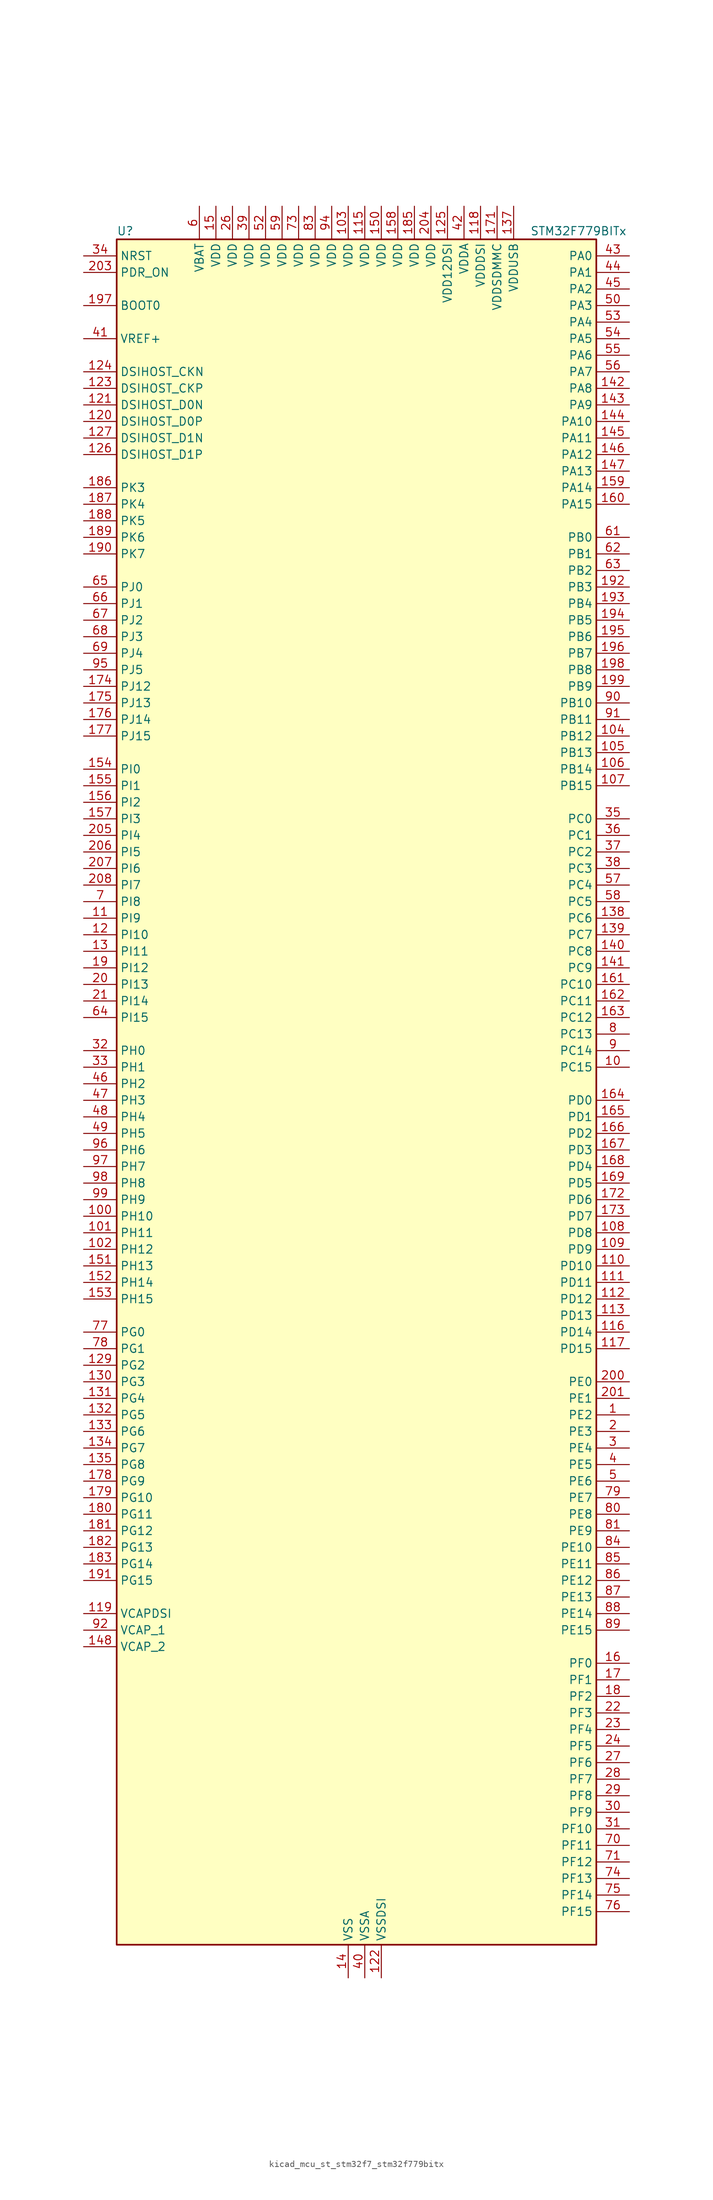
<source format=kicad_sym>
(kicad_symbol_lib
  (version 20220914)
  (generator kicad_symbol_editor)
  (symbol "kicad_mcu_st_stm32f7_stm32f779bitx"
    (property "Reference" "U"
      (at -35.56 133.35 0)
      (effects (font (size 1.27 1.27)) (justify left)))
    (property "Value" "STM32F779BITx"
      (at 27.94 133.35 0)
      (effects (font (size 1.27 1.27)) (justify left)))
    (property "ki_locked" ""
      (at 0 0 0)
      (effects (font (size 1.27 1.27))))
    (symbol "kicad_mcu_st_stm32f7_stm32f779bitx_0_1"
      (rectangle (start -35.56 -129.54) (end 38.1 132.08) (stroke (width 0.254) (type default)) (fill (type background))))
    (symbol "kicad_mcu_st_stm32f7_stm32f779bitx_1_1"
      (pin bidirectional line (at 43.18 -48.26 180) (length 5.08) (name "PE2" (effects (font (size 1.27 1.27)))) (number "1" (effects (font (size 1.27 1.27)))) (alternate "ETH_TXD3" bidirectional line) (alternate "FMC_A23" bidirectional line) (alternate "QUADSPI_BK1_IO2" bidirectional line) (alternate "SAI1_MCLK_A" bidirectional line) (alternate "SPI4_SCK" bidirectional line) (alternate "SYS_TRACECLK" bidirectional line))
      (pin bidirectional line (at 43.18 5.08 180) (length 5.08) (name "PC15" (effects (font (size 1.27 1.27)))) (number "10" (effects (font (size 1.27 1.27)))) (alternate "RCC_OSC32_OUT" bidirectional line))
      (pin bidirectional line (at -40.64 -17.78 0) (length 5.08) (name "PH10" (effects (font (size 1.27 1.27)))) (number "100" (effects (font (size 1.27 1.27)))) (alternate "DCMI_D1" bidirectional line) (alternate "FMC_D18" bidirectional line) (alternate "I2C4_SMBA" bidirectional line) (alternate "LTDC_R4" bidirectional line) (alternate "TIM5_CH1" bidirectional line))
      (pin bidirectional line (at -40.64 -20.32 0) (length 5.08) (name "PH11" (effects (font (size 1.27 1.27)))) (number "101" (effects (font (size 1.27 1.27)))) (alternate "ADC1_EXTI11" bidirectional line) (alternate "ADC2_EXTI11" bidirectional line) (alternate "ADC3_EXTI11" bidirectional line) (alternate "DCMI_D2" bidirectional line) (alternate "FMC_D19" bidirectional line) (alternate "I2C4_SCL" bidirectional line) (alternate "LTDC_R5" bidirectional line) (alternate "TIM5_CH2" bidirectional line))
      (pin bidirectional line (at -40.64 -22.86 0) (length 5.08) (name "PH12" (effects (font (size 1.27 1.27)))) (number "102" (effects (font (size 1.27 1.27)))) (alternate "DCMI_D3" bidirectional line) (alternate "FMC_D20" bidirectional line) (alternate "I2C4_SDA" bidirectional line) (alternate "LTDC_R6" bidirectional line) (alternate "TIM5_CH3" bidirectional line))
      (pin power_in line (at 0 137.16 270) (length 5.08) (name "VDD" (effects (font (size 1.27 1.27)))) (number "103" (effects (font (size 1.27 1.27)))))
      (pin bidirectional line (at 43.18 55.88 180) (length 5.08) (name "PB12" (effects (font (size 1.27 1.27)))) (number "104" (effects (font (size 1.27 1.27)))) (alternate "CAN2_RX" bidirectional line) (alternate "DFSDM1_DATIN1" bidirectional line) (alternate "ETH_TXD0" bidirectional line) (alternate "I2C2_SMBA" bidirectional line) (alternate "I2S2_WS" bidirectional line) (alternate "SPI2_NSS" bidirectional line) (alternate "TIM1_BKIN" bidirectional line) (alternate "UART5_RX" bidirectional line) (alternate "USART3_CK" bidirectional line) (alternate "USB_OTG_HS_ID" bidirectional line) (alternate "USB_OTG_HS_ULPI_D5" bidirectional line))
      (pin bidirectional line (at 43.18 53.34 180) (length 5.08) (name "PB13" (effects (font (size 1.27 1.27)))) (number "105" (effects (font (size 1.27 1.27)))) (alternate "CAN2_TX" bidirectional line) (alternate "DFSDM1_CKIN1" bidirectional line) (alternate "ETH_TXD1" bidirectional line) (alternate "I2S2_CK" bidirectional line) (alternate "SPI2_SCK" bidirectional line) (alternate "TIM1_CH1N" bidirectional line) (alternate "UART5_TX" bidirectional line) (alternate "USART3_CTS" bidirectional line) (alternate "USB_OTG_HS_ULPI_D6" bidirectional line) (alternate "USB_OTG_HS_VBUS" bidirectional line))
      (pin bidirectional line (at 43.18 50.8 180) (length 5.08) (name "PB14" (effects (font (size 1.27 1.27)))) (number "106" (effects (font (size 1.27 1.27)))) (alternate "DFSDM1_DATIN2" bidirectional line) (alternate "SDMMC2_D0" bidirectional line) (alternate "SPI2_MISO" bidirectional line) (alternate "TIM12_CH1" bidirectional line) (alternate "TIM1_CH2N" bidirectional line) (alternate "TIM8_CH2N" bidirectional line) (alternate "UART4_DE" bidirectional line) (alternate "UART4_RTS" bidirectional line) (alternate "USART1_TX" bidirectional line) (alternate "USART3_DE" bidirectional line) (alternate "USART3_RTS" bidirectional line) (alternate "USB_OTG_HS_DM" bidirectional line))
      (pin bidirectional line (at 43.18 48.26 180) (length 5.08) (name "PB15" (effects (font (size 1.27 1.27)))) (number "107" (effects (font (size 1.27 1.27)))) (alternate "DFSDM1_CKIN2" bidirectional line) (alternate "I2S2_SD" bidirectional line) (alternate "RTC_REFIN" bidirectional line) (alternate "SDMMC2_D1" bidirectional line) (alternate "SPI2_MOSI" bidirectional line) (alternate "TIM12_CH2" bidirectional line) (alternate "TIM1_CH3N" bidirectional line) (alternate "TIM8_CH3N" bidirectional line) (alternate "UART4_CTS" bidirectional line) (alternate "USART1_RX" bidirectional line) (alternate "USB_OTG_HS_DP" bidirectional line))
      (pin bidirectional line (at 43.18 -20.32 180) (length 5.08) (name "PD8" (effects (font (size 1.27 1.27)))) (number "108" (effects (font (size 1.27 1.27)))) (alternate "DFSDM1_CKIN3" bidirectional line) (alternate "FMC_D13" bidirectional line) (alternate "FMC_DA13" bidirectional line) (alternate "SPDIFRX_IN1" bidirectional line) (alternate "USART3_TX" bidirectional line))
      (pin bidirectional line (at 43.18 -22.86 180) (length 5.08) (name "PD9" (effects (font (size 1.27 1.27)))) (number "109" (effects (font (size 1.27 1.27)))) (alternate "DAC_EXTI9" bidirectional line) (alternate "DFSDM1_DATIN3" bidirectional line) (alternate "FMC_D14" bidirectional line) (alternate "FMC_DA14" bidirectional line) (alternate "USART3_RX" bidirectional line))
      (pin bidirectional line (at -40.64 27.94 0) (length 5.08) (name "PI9" (effects (font (size 1.27 1.27)))) (number "11" (effects (font (size 1.27 1.27)))) (alternate "CAN1_RX" bidirectional line) (alternate "DAC_EXTI9" bidirectional line) (alternate "FMC_D30" bidirectional line) (alternate "LTDC_VSYNC" bidirectional line) (alternate "UART4_RX" bidirectional line))
      (pin bidirectional line (at 43.18 -25.4 180) (length 5.08) (name "PD10" (effects (font (size 1.27 1.27)))) (number "110" (effects (font (size 1.27 1.27)))) (alternate "DFSDM1_CKOUT" bidirectional line) (alternate "FMC_D15" bidirectional line) (alternate "FMC_DA15" bidirectional line) (alternate "LTDC_B3" bidirectional line) (alternate "USART3_CK" bidirectional line))
      (pin bidirectional line (at 43.18 -27.94 180) (length 5.08) (name "PD11" (effects (font (size 1.27 1.27)))) (number "111" (effects (font (size 1.27 1.27)))) (alternate "ADC1_EXTI11" bidirectional line) (alternate "ADC2_EXTI11" bidirectional line) (alternate "ADC3_EXTI11" bidirectional line) (alternate "FMC_A16" bidirectional line) (alternate "FMC_CLE" bidirectional line) (alternate "I2C4_SMBA" bidirectional line) (alternate "QUADSPI_BK1_IO0" bidirectional line) (alternate "SAI2_SD_A" bidirectional line) (alternate "USART3_CTS" bidirectional line))
      (pin bidirectional line (at 43.18 -30.48 180) (length 5.08) (name "PD12" (effects (font (size 1.27 1.27)))) (number "112" (effects (font (size 1.27 1.27)))) (alternate "FMC_A17" bidirectional line) (alternate "FMC_ALE" bidirectional line) (alternate "I2C4_SCL" bidirectional line) (alternate "LPTIM1_IN1" bidirectional line) (alternate "QUADSPI_BK1_IO1" bidirectional line) (alternate "SAI2_FS_A" bidirectional line) (alternate "TIM4_CH1" bidirectional line) (alternate "USART3_DE" bidirectional line) (alternate "USART3_RTS" bidirectional line))
      (pin bidirectional line (at 43.18 -33.02 180) (length 5.08) (name "PD13" (effects (font (size 1.27 1.27)))) (number "113" (effects (font (size 1.27 1.27)))) (alternate "FMC_A18" bidirectional line) (alternate "I2C4_SDA" bidirectional line) (alternate "LPTIM1_OUT" bidirectional line) (alternate "QUADSPI_BK1_IO3" bidirectional line) (alternate "SAI2_SCK_A" bidirectional line) (alternate "TIM4_CH2" bidirectional line))
      (pin passive line (at 0 -134.62 90) (length 5.08) hide (name "VSS" (effects (font (size 1.27 1.27)))) (number "114" (effects (font (size 1.27 1.27)))))
      (pin power_in line (at 2.54 137.16 270) (length 5.08) (name "VDD" (effects (font (size 1.27 1.27)))) (number "115" (effects (font (size 1.27 1.27)))))
      (pin bidirectional line (at 43.18 -35.56 180) (length 5.08) (name "PD14" (effects (font (size 1.27 1.27)))) (number "116" (effects (font (size 1.27 1.27)))) (alternate "FMC_D0" bidirectional line) (alternate "FMC_DA0" bidirectional line) (alternate "TIM4_CH3" bidirectional line) (alternate "UART8_CTS" bidirectional line))
      (pin bidirectional line (at 43.18 -38.1 180) (length 5.08) (name "PD15" (effects (font (size 1.27 1.27)))) (number "117" (effects (font (size 1.27 1.27)))) (alternate "FMC_D1" bidirectional line) (alternate "FMC_DA1" bidirectional line) (alternate "TIM4_CH4" bidirectional line) (alternate "UART8_DE" bidirectional line) (alternate "UART8_RTS" bidirectional line))
      (pin power_in line (at 20.32 137.16 270) (length 5.08) (name "VDDDSI" (effects (font (size 1.27 1.27)))) (number "118" (effects (font (size 1.27 1.27)))))
      (pin power_out line (at -40.64 -78.74 0) (length 5.08) (name "VCAPDSI" (effects (font (size 1.27 1.27)))) (number "119" (effects (font (size 1.27 1.27)))))
      (pin bidirectional line (at -40.64 25.4 0) (length 5.08) (name "PI10" (effects (font (size 1.27 1.27)))) (number "12" (effects (font (size 1.27 1.27)))) (alternate "ETH_RX_ER" bidirectional line) (alternate "FMC_D31" bidirectional line) (alternate "LTDC_HSYNC" bidirectional line))
      (pin bidirectional line (at -40.64 104.14 0) (length 5.08) (name "DSIHOST_D0P" (effects (font (size 1.27 1.27)))) (number "120" (effects (font (size 1.27 1.27)))) (alternate "DSIHOST_D0P" bidirectional line))
      (pin bidirectional line (at -40.64 106.68 0) (length 5.08) (name "DSIHOST_D0N" (effects (font (size 1.27 1.27)))) (number "121" (effects (font (size 1.27 1.27)))) (alternate "DSIHOST_D0N" bidirectional line))
      (pin power_in line (at 5.08 -134.62 90) (length 5.08) (name "VSSDSI" (effects (font (size 1.27 1.27)))) (number "122" (effects (font (size 1.27 1.27)))))
      (pin bidirectional line (at -40.64 109.22 0) (length 5.08) (name "DSIHOST_CKP" (effects (font (size 1.27 1.27)))) (number "123" (effects (font (size 1.27 1.27)))) (alternate "DSIHOST_CKP" bidirectional line))
      (pin bidirectional line (at -40.64 111.76 0) (length 5.08) (name "DSIHOST_CKN" (effects (font (size 1.27 1.27)))) (number "124" (effects (font (size 1.27 1.27)))) (alternate "DSIHOST_CKN" bidirectional line))
      (pin power_in line (at 15.24 137.16 270) (length 5.08) (name "VDD12DSI" (effects (font (size 1.27 1.27)))) (number "125" (effects (font (size 1.27 1.27)))))
      (pin bidirectional line (at -40.64 99.06 0) (length 5.08) (name "DSIHOST_D1P" (effects (font (size 1.27 1.27)))) (number "126" (effects (font (size 1.27 1.27)))) (alternate "DSIHOST_D1P" bidirectional line))
      (pin bidirectional line (at -40.64 101.6 0) (length 5.08) (name "DSIHOST_D1N" (effects (font (size 1.27 1.27)))) (number "127" (effects (font (size 1.27 1.27)))) (alternate "DSIHOST_D1N" bidirectional line))
      (pin passive line (at 5.08 -134.62 90) (length 5.08) hide (name "VSSDSI" (effects (font (size 1.27 1.27)))) (number "128" (effects (font (size 1.27 1.27)))))
      (pin bidirectional line (at -40.64 -40.64 0) (length 5.08) (name "PG2" (effects (font (size 1.27 1.27)))) (number "129" (effects (font (size 1.27 1.27)))) (alternate "FMC_A12" bidirectional line))
      (pin bidirectional line (at -40.64 22.86 0) (length 5.08) (name "PI11" (effects (font (size 1.27 1.27)))) (number "13" (effects (font (size 1.27 1.27)))) (alternate "ADC1_EXTI11" bidirectional line) (alternate "ADC2_EXTI11" bidirectional line) (alternate "ADC3_EXTI11" bidirectional line) (alternate "LTDC_G6" bidirectional line) (alternate "SYS_WKUP6" bidirectional line) (alternate "USB_OTG_HS_ULPI_DIR" bidirectional line))
      (pin bidirectional line (at -40.64 -43.18 0) (length 5.08) (name "PG3" (effects (font (size 1.27 1.27)))) (number "130" (effects (font (size 1.27 1.27)))) (alternate "FMC_A13" bidirectional line))
      (pin bidirectional line (at -40.64 -45.72 0) (length 5.08) (name "PG4" (effects (font (size 1.27 1.27)))) (number "131" (effects (font (size 1.27 1.27)))) (alternate "FMC_A14" bidirectional line) (alternate "FMC_BA0" bidirectional line))
      (pin bidirectional line (at -40.64 -48.26 0) (length 5.08) (name "PG5" (effects (font (size 1.27 1.27)))) (number "132" (effects (font (size 1.27 1.27)))) (alternate "FMC_A15" bidirectional line) (alternate "FMC_BA1" bidirectional line))
      (pin bidirectional line (at -40.64 -50.8 0) (length 5.08) (name "PG6" (effects (font (size 1.27 1.27)))) (number "133" (effects (font (size 1.27 1.27)))) (alternate "DCMI_D12" bidirectional line) (alternate "FMC_NE3" bidirectional line) (alternate "LTDC_R7" bidirectional line))
      (pin bidirectional line (at -40.64 -53.34 0) (length 5.08) (name "PG7" (effects (font (size 1.27 1.27)))) (number "134" (effects (font (size 1.27 1.27)))) (alternate "DCMI_D13" bidirectional line) (alternate "FMC_INT" bidirectional line) (alternate "LTDC_CLK" bidirectional line) (alternate "SAI1_MCLK_A" bidirectional line) (alternate "USART6_CK" bidirectional line))
      (pin bidirectional line (at -40.64 -55.88 0) (length 5.08) (name "PG8" (effects (font (size 1.27 1.27)))) (number "135" (effects (font (size 1.27 1.27)))) (alternate "ETH_PPS_OUT" bidirectional line) (alternate "FMC_SDCLK" bidirectional line) (alternate "LTDC_G7" bidirectional line) (alternate "SPDIFRX_IN2" bidirectional line) (alternate "SPI6_NSS" bidirectional line) (alternate "USART6_DE" bidirectional line) (alternate "USART6_RTS" bidirectional line))
      (pin passive line (at 0 -134.62 90) (length 5.08) hide (name "VSS" (effects (font (size 1.27 1.27)))) (number "136" (effects (font (size 1.27 1.27)))))
      (pin power_in line (at 25.4 137.16 270) (length 5.08) (name "VDDUSB" (effects (font (size 1.27 1.27)))) (number "137" (effects (font (size 1.27 1.27)))))
      (pin bidirectional line (at 43.18 27.94 180) (length 5.08) (name "PC6" (effects (font (size 1.27 1.27)))) (number "138" (effects (font (size 1.27 1.27)))) (alternate "DCMI_D0" bidirectional line) (alternate "DFSDM1_CKIN3" bidirectional line) (alternate "FMC_NWAIT" bidirectional line) (alternate "I2S2_MCK" bidirectional line) (alternate "LTDC_HSYNC" bidirectional line) (alternate "SDMMC1_D6" bidirectional line) (alternate "SDMMC2_D6" bidirectional line) (alternate "TIM3_CH1" bidirectional line) (alternate "TIM8_CH1" bidirectional line) (alternate "USART6_TX" bidirectional line))
      (pin bidirectional line (at 43.18 25.4 180) (length 5.08) (name "PC7" (effects (font (size 1.27 1.27)))) (number "139" (effects (font (size 1.27 1.27)))) (alternate "DCMI_D1" bidirectional line) (alternate "DFSDM1_DATIN3" bidirectional line) (alternate "FMC_NE1" bidirectional line) (alternate "I2S3_MCK" bidirectional line) (alternate "LTDC_G6" bidirectional line) (alternate "SDMMC1_D7" bidirectional line) (alternate "SDMMC2_D7" bidirectional line) (alternate "TIM3_CH2" bidirectional line) (alternate "TIM8_CH2" bidirectional line) (alternate "USART6_RX" bidirectional line))
      (pin power_in line (at 0 -134.62 90) (length 5.08) (name "VSS" (effects (font (size 1.27 1.27)))) (number "14" (effects (font (size 1.27 1.27)))))
      (pin bidirectional line (at 43.18 22.86 180) (length 5.08) (name "PC8" (effects (font (size 1.27 1.27)))) (number "140" (effects (font (size 1.27 1.27)))) (alternate "DCMI_D2" bidirectional line) (alternate "FMC_NCE" bidirectional line) (alternate "FMC_NE2" bidirectional line) (alternate "SDMMC1_D0" bidirectional line) (alternate "SYS_TRACED1" bidirectional line) (alternate "TIM3_CH3" bidirectional line) (alternate "TIM8_CH3" bidirectional line) (alternate "UART5_DE" bidirectional line) (alternate "UART5_RTS" bidirectional line) (alternate "USART6_CK" bidirectional line))
      (pin bidirectional line (at 43.18 20.32 180) (length 5.08) (name "PC9" (effects (font (size 1.27 1.27)))) (number "141" (effects (font (size 1.27 1.27)))) (alternate "DAC_EXTI9" bidirectional line) (alternate "DCMI_D3" bidirectional line) (alternate "I2C3_SDA" bidirectional line) (alternate "I2S_CKIN" bidirectional line) (alternate "LTDC_B2" bidirectional line) (alternate "LTDC_G3" bidirectional line) (alternate "QUADSPI_BK1_IO0" bidirectional line) (alternate "RCC_MCO_2" bidirectional line) (alternate "SDMMC1_D1" bidirectional line) (alternate "TIM3_CH4" bidirectional line) (alternate "TIM8_CH4" bidirectional line) (alternate "UART5_CTS" bidirectional line))
      (pin bidirectional line (at 43.18 109.22 180) (length 5.08) (name "PA8" (effects (font (size 1.27 1.27)))) (number "142" (effects (font (size 1.27 1.27)))) (alternate "CAN3_RX" bidirectional line) (alternate "I2C3_SCL" bidirectional line) (alternate "LTDC_B3" bidirectional line) (alternate "LTDC_R6" bidirectional line) (alternate "RCC_MCO_1" bidirectional line) (alternate "TIM1_CH1" bidirectional line) (alternate "TIM8_BKIN2" bidirectional line) (alternate "UART7_RX" bidirectional line) (alternate "USART1_CK" bidirectional line) (alternate "USB_OTG_FS_SOF" bidirectional line))
      (pin bidirectional line (at 43.18 106.68 180) (length 5.08) (name "PA9" (effects (font (size 1.27 1.27)))) (number "143" (effects (font (size 1.27 1.27)))) (alternate "DAC_EXTI9" bidirectional line) (alternate "DCMI_D0" bidirectional line) (alternate "I2C3_SMBA" bidirectional line) (alternate "I2S2_CK" bidirectional line) (alternate "LTDC_R5" bidirectional line) (alternate "SPI2_SCK" bidirectional line) (alternate "TIM1_CH2" bidirectional line) (alternate "USART1_TX" bidirectional line) (alternate "USB_OTG_FS_VBUS" bidirectional line))
      (pin bidirectional line (at 43.18 104.14 180) (length 5.08) (name "PA10" (effects (font (size 1.27 1.27)))) (number "144" (effects (font (size 1.27 1.27)))) (alternate "DCMI_D1" bidirectional line) (alternate "LTDC_B1" bidirectional line) (alternate "LTDC_B4" bidirectional line) (alternate "MDIOS_MDIO" bidirectional line) (alternate "TIM1_CH3" bidirectional line) (alternate "USART1_RX" bidirectional line) (alternate "USB_OTG_FS_ID" bidirectional line))
      (pin bidirectional line (at 43.18 101.6 180) (length 5.08) (name "PA11" (effects (font (size 1.27 1.27)))) (number "145" (effects (font (size 1.27 1.27)))) (alternate "ADC1_EXTI11" bidirectional line) (alternate "ADC2_EXTI11" bidirectional line) (alternate "ADC3_EXTI11" bidirectional line) (alternate "CAN1_RX" bidirectional line) (alternate "I2S2_WS" bidirectional line) (alternate "LTDC_R4" bidirectional line) (alternate "SPI2_NSS" bidirectional line) (alternate "TIM1_CH4" bidirectional line) (alternate "UART4_RX" bidirectional line) (alternate "USART1_CTS" bidirectional line) (alternate "USB_OTG_FS_DM" bidirectional line))
      (pin bidirectional line (at 43.18 99.06 180) (length 5.08) (name "PA12" (effects (font (size 1.27 1.27)))) (number "146" (effects (font (size 1.27 1.27)))) (alternate "CAN1_TX" bidirectional line) (alternate "I2S2_CK" bidirectional line) (alternate "LTDC_R5" bidirectional line) (alternate "SAI2_FS_B" bidirectional line) (alternate "SPI2_SCK" bidirectional line) (alternate "TIM1_ETR" bidirectional line) (alternate "UART4_TX" bidirectional line) (alternate "USART1_DE" bidirectional line) (alternate "USART1_RTS" bidirectional line) (alternate "USB_OTG_FS_DP" bidirectional line))
      (pin bidirectional line (at 43.18 96.52 180) (length 5.08) (name "PA13" (effects (font (size 1.27 1.27)))) (number "147" (effects (font (size 1.27 1.27)))) (alternate "SYS_JTMS-SWDIO" bidirectional line))
      (pin power_out line (at -40.64 -83.82 0) (length 5.08) (name "VCAP_2" (effects (font (size 1.27 1.27)))) (number "148" (effects (font (size 1.27 1.27)))))
      (pin passive line (at 0 -134.62 90) (length 5.08) hide (name "VSS" (effects (font (size 1.27 1.27)))) (number "149" (effects (font (size 1.27 1.27)))))
      (pin power_in line (at -20.32 137.16 270) (length 5.08) (name "VDD" (effects (font (size 1.27 1.27)))) (number "15" (effects (font (size 1.27 1.27)))))
      (pin power_in line (at 5.08 137.16 270) (length 5.08) (name "VDD" (effects (font (size 1.27 1.27)))) (number "150" (effects (font (size 1.27 1.27)))))
      (pin bidirectional line (at -40.64 -25.4 0) (length 5.08) (name "PH13" (effects (font (size 1.27 1.27)))) (number "151" (effects (font (size 1.27 1.27)))) (alternate "CAN1_TX" bidirectional line) (alternate "FMC_D21" bidirectional line) (alternate "LTDC_G2" bidirectional line) (alternate "TIM8_CH1N" bidirectional line) (alternate "UART4_TX" bidirectional line))
      (pin bidirectional line (at -40.64 -27.94 0) (length 5.08) (name "PH14" (effects (font (size 1.27 1.27)))) (number "152" (effects (font (size 1.27 1.27)))) (alternate "CAN1_RX" bidirectional line) (alternate "DCMI_D4" bidirectional line) (alternate "FMC_D22" bidirectional line) (alternate "LTDC_G3" bidirectional line) (alternate "TIM8_CH2N" bidirectional line) (alternate "UART4_RX" bidirectional line))
      (pin bidirectional line (at -40.64 -30.48 0) (length 5.08) (name "PH15" (effects (font (size 1.27 1.27)))) (number "153" (effects (font (size 1.27 1.27)))) (alternate "DCMI_D11" bidirectional line) (alternate "FMC_D23" bidirectional line) (alternate "LTDC_G4" bidirectional line) (alternate "TIM8_CH3N" bidirectional line))
      (pin bidirectional line (at -40.64 50.8 0) (length 5.08) (name "PI0" (effects (font (size 1.27 1.27)))) (number "154" (effects (font (size 1.27 1.27)))) (alternate "DCMI_D13" bidirectional line) (alternate "FMC_D24" bidirectional line) (alternate "I2S2_WS" bidirectional line) (alternate "LTDC_G5" bidirectional line) (alternate "SPI2_NSS" bidirectional line) (alternate "TIM5_CH4" bidirectional line))
      (pin bidirectional line (at -40.64 48.26 0) (length 5.08) (name "PI1" (effects (font (size 1.27 1.27)))) (number "155" (effects (font (size 1.27 1.27)))) (alternate "DCMI_D8" bidirectional line) (alternate "FMC_D25" bidirectional line) (alternate "I2S2_CK" bidirectional line) (alternate "LTDC_G6" bidirectional line) (alternate "SPI2_SCK" bidirectional line) (alternate "TIM8_BKIN2" bidirectional line))
      (pin bidirectional line (at -40.64 45.72 0) (length 5.08) (name "PI2" (effects (font (size 1.27 1.27)))) (number "156" (effects (font (size 1.27 1.27)))) (alternate "DCMI_D9" bidirectional line) (alternate "FMC_D26" bidirectional line) (alternate "LTDC_G7" bidirectional line) (alternate "SPI2_MISO" bidirectional line) (alternate "TIM8_CH4" bidirectional line))
      (pin bidirectional line (at -40.64 43.18 0) (length 5.08) (name "PI3" (effects (font (size 1.27 1.27)))) (number "157" (effects (font (size 1.27 1.27)))) (alternate "DCMI_D10" bidirectional line) (alternate "FMC_D27" bidirectional line) (alternate "I2S2_SD" bidirectional line) (alternate "SPI2_MOSI" bidirectional line) (alternate "TIM8_ETR" bidirectional line))
      (pin power_in line (at 7.62 137.16 270) (length 5.08) (name "VDD" (effects (font (size 1.27 1.27)))) (number "158" (effects (font (size 1.27 1.27)))))
      (pin bidirectional line (at 43.18 93.98 180) (length 5.08) (name "PA14" (effects (font (size 1.27 1.27)))) (number "159" (effects (font (size 1.27 1.27)))) (alternate "SYS_JTCK-SWCLK" bidirectional line))
      (pin bidirectional line (at 43.18 -86.36 180) (length 5.08) (name "PF0" (effects (font (size 1.27 1.27)))) (number "16" (effects (font (size 1.27 1.27)))) (alternate "FMC_A0" bidirectional line) (alternate "I2C2_SDA" bidirectional line))
      (pin bidirectional line (at 43.18 91.44 180) (length 5.08) (name "PA15" (effects (font (size 1.27 1.27)))) (number "160" (effects (font (size 1.27 1.27)))) (alternate "CAN3_TX" bidirectional line) (alternate "CEC" bidirectional line) (alternate "I2S1_WS" bidirectional line) (alternate "I2S3_WS" bidirectional line) (alternate "SPI1_NSS" bidirectional line) (alternate "SPI3_NSS" bidirectional line) (alternate "SPI6_NSS" bidirectional line) (alternate "SYS_JTDI" bidirectional line) (alternate "TIM2_CH1" bidirectional line) (alternate "TIM2_ETR" bidirectional line) (alternate "UART4_DE" bidirectional line) (alternate "UART4_RTS" bidirectional line) (alternate "UART7_TX" bidirectional line))
      (pin bidirectional line (at 43.18 17.78 180) (length 5.08) (name "PC10" (effects (font (size 1.27 1.27)))) (number "161" (effects (font (size 1.27 1.27)))) (alternate "DCMI_D8" bidirectional line) (alternate "DFSDM1_CKIN5" bidirectional line) (alternate "I2S3_CK" bidirectional line) (alternate "LTDC_R2" bidirectional line) (alternate "QUADSPI_BK1_IO1" bidirectional line) (alternate "SDMMC1_D2" bidirectional line) (alternate "SPI3_SCK" bidirectional line) (alternate "UART4_TX" bidirectional line) (alternate "USART3_TX" bidirectional line))
      (pin bidirectional line (at 43.18 15.24 180) (length 5.08) (name "PC11" (effects (font (size 1.27 1.27)))) (number "162" (effects (font (size 1.27 1.27)))) (alternate "ADC1_EXTI11" bidirectional line) (alternate "ADC2_EXTI11" bidirectional line) (alternate "ADC3_EXTI11" bidirectional line) (alternate "DCMI_D4" bidirectional line) (alternate "DFSDM1_DATIN5" bidirectional line) (alternate "QUADSPI_BK2_NCS" bidirectional line) (alternate "SDMMC1_D3" bidirectional line) (alternate "SPI3_MISO" bidirectional line) (alternate "UART4_RX" bidirectional line) (alternate "USART3_RX" bidirectional line))
      (pin bidirectional line (at 43.18 12.7 180) (length 5.08) (name "PC12" (effects (font (size 1.27 1.27)))) (number "163" (effects (font (size 1.27 1.27)))) (alternate "DCMI_D9" bidirectional line) (alternate "I2S3_SD" bidirectional line) (alternate "SDMMC1_CK" bidirectional line) (alternate "SPI3_MOSI" bidirectional line) (alternate "SYS_TRACED3" bidirectional line) (alternate "UART5_TX" bidirectional line) (alternate "USART3_CK" bidirectional line))
      (pin bidirectional line (at 43.18 0 180) (length 5.08) (name "PD0" (effects (font (size 1.27 1.27)))) (number "164" (effects (font (size 1.27 1.27)))) (alternate "CAN1_RX" bidirectional line) (alternate "DFSDM1_CKIN6" bidirectional line) (alternate "DFSDM1_DATIN7" bidirectional line) (alternate "FMC_D2" bidirectional line) (alternate "FMC_DA2" bidirectional line) (alternate "UART4_RX" bidirectional line))
      (pin bidirectional line (at 43.18 -2.54 180) (length 5.08) (name "PD1" (effects (font (size 1.27 1.27)))) (number "165" (effects (font (size 1.27 1.27)))) (alternate "CAN1_TX" bidirectional line) (alternate "DFSDM1_CKIN7" bidirectional line) (alternate "DFSDM1_DATIN6" bidirectional line) (alternate "FMC_D3" bidirectional line) (alternate "FMC_DA3" bidirectional line) (alternate "UART4_TX" bidirectional line))
      (pin bidirectional line (at 43.18 -5.08 180) (length 5.08) (name "PD2" (effects (font (size 1.27 1.27)))) (number "166" (effects (font (size 1.27 1.27)))) (alternate "DCMI_D11" bidirectional line) (alternate "SDMMC1_CMD" bidirectional line) (alternate "SYS_TRACED2" bidirectional line) (alternate "TIM3_ETR" bidirectional line) (alternate "UART5_RX" bidirectional line))
      (pin bidirectional line (at 43.18 -7.62 180) (length 5.08) (name "PD3" (effects (font (size 1.27 1.27)))) (number "167" (effects (font (size 1.27 1.27)))) (alternate "DCMI_D5" bidirectional line) (alternate "DFSDM1_CKOUT" bidirectional line) (alternate "DFSDM1_DATIN0" bidirectional line) (alternate "FMC_CLK" bidirectional line) (alternate "I2S2_CK" bidirectional line) (alternate "LTDC_G7" bidirectional line) (alternate "SPI2_SCK" bidirectional line) (alternate "USART2_CTS" bidirectional line))
      (pin bidirectional line (at 43.18 -10.16 180) (length 5.08) (name "PD4" (effects (font (size 1.27 1.27)))) (number "168" (effects (font (size 1.27 1.27)))) (alternate "DFSDM1_CKIN0" bidirectional line) (alternate "FMC_NOE" bidirectional line) (alternate "USART2_DE" bidirectional line) (alternate "USART2_RTS" bidirectional line))
      (pin bidirectional line (at 43.18 -12.7 180) (length 5.08) (name "PD5" (effects (font (size 1.27 1.27)))) (number "169" (effects (font (size 1.27 1.27)))) (alternate "FMC_NWE" bidirectional line) (alternate "USART2_TX" bidirectional line))
      (pin bidirectional line (at 43.18 -88.9 180) (length 5.08) (name "PF1" (effects (font (size 1.27 1.27)))) (number "17" (effects (font (size 1.27 1.27)))) (alternate "FMC_A1" bidirectional line) (alternate "I2C2_SCL" bidirectional line))
      (pin passive line (at 0 -134.62 90) (length 5.08) hide (name "VSS" (effects (font (size 1.27 1.27)))) (number "170" (effects (font (size 1.27 1.27)))))
      (pin power_in line (at 22.86 137.16 270) (length 5.08) (name "VDDSDMMC" (effects (font (size 1.27 1.27)))) (number "171" (effects (font (size 1.27 1.27)))))
      (pin bidirectional line (at 43.18 -15.24 180) (length 5.08) (name "PD6" (effects (font (size 1.27 1.27)))) (number "172" (effects (font (size 1.27 1.27)))) (alternate "DCMI_D10" bidirectional line) (alternate "DFSDM1_CKIN4" bidirectional line) (alternate "DFSDM1_DATIN1" bidirectional line) (alternate "FMC_NWAIT" bidirectional line) (alternate "I2S3_SD" bidirectional line) (alternate "LTDC_B2" bidirectional line) (alternate "SAI1_SD_A" bidirectional line) (alternate "SDMMC2_CK" bidirectional line) (alternate "SPI3_MOSI" bidirectional line) (alternate "USART2_RX" bidirectional line))
      (pin bidirectional line (at 43.18 -17.78 180) (length 5.08) (name "PD7" (effects (font (size 1.27 1.27)))) (number "173" (effects (font (size 1.27 1.27)))) (alternate "DFSDM1_CKIN1" bidirectional line) (alternate "DFSDM1_DATIN4" bidirectional line) (alternate "FMC_NE1" bidirectional line) (alternate "I2S1_SD" bidirectional line) (alternate "SDMMC2_CMD" bidirectional line) (alternate "SPDIFRX_IN0" bidirectional line) (alternate "SPI1_MOSI" bidirectional line) (alternate "USART2_CK" bidirectional line))
      (pin bidirectional line (at -40.64 63.5 0) (length 5.08) (name "PJ12" (effects (font (size 1.27 1.27)))) (number "174" (effects (font (size 1.27 1.27)))) (alternate "LTDC_B0" bidirectional line) (alternate "LTDC_G3" bidirectional line))
      (pin bidirectional line (at -40.64 60.96 0) (length 5.08) (name "PJ13" (effects (font (size 1.27 1.27)))) (number "175" (effects (font (size 1.27 1.27)))) (alternate "LTDC_B1" bidirectional line) (alternate "LTDC_G4" bidirectional line))
      (pin bidirectional line (at -40.64 58.42 0) (length 5.08) (name "PJ14" (effects (font (size 1.27 1.27)))) (number "176" (effects (font (size 1.27 1.27)))) (alternate "LTDC_B2" bidirectional line))
      (pin bidirectional line (at -40.64 55.88 0) (length 5.08) (name "PJ15" (effects (font (size 1.27 1.27)))) (number "177" (effects (font (size 1.27 1.27)))) (alternate "LTDC_B3" bidirectional line))
      (pin bidirectional line (at -40.64 -58.42 0) (length 5.08) (name "PG9" (effects (font (size 1.27 1.27)))) (number "178" (effects (font (size 1.27 1.27)))) (alternate "DAC_EXTI9" bidirectional line) (alternate "DCMI_VSYNC" bidirectional line) (alternate "FMC_NCE" bidirectional line) (alternate "FMC_NE2" bidirectional line) (alternate "QUADSPI_BK2_IO2" bidirectional line) (alternate "SAI2_FS_B" bidirectional line) (alternate "SDMMC2_D0" bidirectional line) (alternate "SPDIFRX_IN3" bidirectional line) (alternate "SPI1_MISO" bidirectional line) (alternate "USART6_RX" bidirectional line))
      (pin bidirectional line (at -40.64 -60.96 0) (length 5.08) (name "PG10" (effects (font (size 1.27 1.27)))) (number "179" (effects (font (size 1.27 1.27)))) (alternate "DCMI_D2" bidirectional line) (alternate "FMC_NE3" bidirectional line) (alternate "I2S1_WS" bidirectional line) (alternate "LTDC_B2" bidirectional line) (alternate "LTDC_G3" bidirectional line) (alternate "SAI2_SD_B" bidirectional line) (alternate "SDMMC2_D1" bidirectional line) (alternate "SPI1_NSS" bidirectional line))
      (pin bidirectional line (at 43.18 -91.44 180) (length 5.08) (name "PF2" (effects (font (size 1.27 1.27)))) (number "18" (effects (font (size 1.27 1.27)))) (alternate "FMC_A2" bidirectional line) (alternate "I2C2_SMBA" bidirectional line))
      (pin bidirectional line (at -40.64 -63.5 0) (length 5.08) (name "PG11" (effects (font (size 1.27 1.27)))) (number "180" (effects (font (size 1.27 1.27)))) (alternate "ADC1_EXTI11" bidirectional line) (alternate "ADC2_EXTI11" bidirectional line) (alternate "ADC3_EXTI11" bidirectional line) (alternate "DCMI_D3" bidirectional line) (alternate "ETH_TX_EN" bidirectional line) (alternate "I2S1_CK" bidirectional line) (alternate "LTDC_B3" bidirectional line) (alternate "SDMMC2_D2" bidirectional line) (alternate "SPDIFRX_IN0" bidirectional line) (alternate "SPI1_SCK" bidirectional line))
      (pin bidirectional line (at -40.64 -66.04 0) (length 5.08) (name "PG12" (effects (font (size 1.27 1.27)))) (number "181" (effects (font (size 1.27 1.27)))) (alternate "FMC_NE4" bidirectional line) (alternate "LPTIM1_IN1" bidirectional line) (alternate "LTDC_B1" bidirectional line) (alternate "LTDC_B4" bidirectional line) (alternate "SDMMC2_D3" bidirectional line) (alternate "SPDIFRX_IN1" bidirectional line) (alternate "SPI6_MISO" bidirectional line) (alternate "USART6_DE" bidirectional line) (alternate "USART6_RTS" bidirectional line))
      (pin bidirectional line (at -40.64 -68.58 0) (length 5.08) (name "PG13" (effects (font (size 1.27 1.27)))) (number "182" (effects (font (size 1.27 1.27)))) (alternate "ETH_TXD0" bidirectional line) (alternate "FMC_A24" bidirectional line) (alternate "LPTIM1_OUT" bidirectional line) (alternate "LTDC_R0" bidirectional line) (alternate "SPI6_SCK" bidirectional line) (alternate "SYS_TRACED0" bidirectional line) (alternate "USART6_CTS" bidirectional line))
      (pin bidirectional line (at -40.64 -71.12 0) (length 5.08) (name "PG14" (effects (font (size 1.27 1.27)))) (number "183" (effects (font (size 1.27 1.27)))) (alternate "ETH_TXD1" bidirectional line) (alternate "FMC_A25" bidirectional line) (alternate "LPTIM1_ETR" bidirectional line) (alternate "LTDC_B0" bidirectional line) (alternate "QUADSPI_BK2_IO3" bidirectional line) (alternate "SPI6_MOSI" bidirectional line) (alternate "SYS_TRACED1" bidirectional line) (alternate "USART6_TX" bidirectional line))
      (pin passive line (at 0 -134.62 90) (length 5.08) hide (name "VSS" (effects (font (size 1.27 1.27)))) (number "184" (effects (font (size 1.27 1.27)))))
      (pin power_in line (at 10.16 137.16 270) (length 5.08) (name "VDD" (effects (font (size 1.27 1.27)))) (number "185" (effects (font (size 1.27 1.27)))))
      (pin bidirectional line (at -40.64 93.98 0) (length 5.08) (name "PK3" (effects (font (size 1.27 1.27)))) (number "186" (effects (font (size 1.27 1.27)))) (alternate "LTDC_B4" bidirectional line))
      (pin bidirectional line (at -40.64 91.44 0) (length 5.08) (name "PK4" (effects (font (size 1.27 1.27)))) (number "187" (effects (font (size 1.27 1.27)))) (alternate "LTDC_B5" bidirectional line))
      (pin bidirectional line (at -40.64 88.9 0) (length 5.08) (name "PK5" (effects (font (size 1.27 1.27)))) (number "188" (effects (font (size 1.27 1.27)))) (alternate "LTDC_B6" bidirectional line))
      (pin bidirectional line (at -40.64 86.36 0) (length 5.08) (name "PK6" (effects (font (size 1.27 1.27)))) (number "189" (effects (font (size 1.27 1.27)))) (alternate "LTDC_B7" bidirectional line))
      (pin bidirectional line (at -40.64 20.32 0) (length 5.08) (name "PI12" (effects (font (size 1.27 1.27)))) (number "19" (effects (font (size 1.27 1.27)))) (alternate "LTDC_HSYNC" bidirectional line))
      (pin bidirectional line (at -40.64 83.82 0) (length 5.08) (name "PK7" (effects (font (size 1.27 1.27)))) (number "190" (effects (font (size 1.27 1.27)))) (alternate "LTDC_DE" bidirectional line))
      (pin bidirectional line (at -40.64 -73.66 0) (length 5.08) (name "PG15" (effects (font (size 1.27 1.27)))) (number "191" (effects (font (size 1.27 1.27)))) (alternate "DCMI_D13" bidirectional line) (alternate "FMC_SDNCAS" bidirectional line) (alternate "USART6_CTS" bidirectional line))
      (pin bidirectional line (at 43.18 78.74 180) (length 5.08) (name "PB3" (effects (font (size 1.27 1.27)))) (number "192" (effects (font (size 1.27 1.27)))) (alternate "CAN3_RX" bidirectional line) (alternate "I2S1_CK" bidirectional line) (alternate "I2S3_CK" bidirectional line) (alternate "SDMMC2_D2" bidirectional line) (alternate "SPI1_SCK" bidirectional line) (alternate "SPI3_SCK" bidirectional line) (alternate "SPI6_SCK" bidirectional line) (alternate "SYS_JTDO-SWO" bidirectional line) (alternate "TIM2_CH2" bidirectional line) (alternate "UART7_RX" bidirectional line))
      (pin bidirectional line (at 43.18 76.2 180) (length 5.08) (name "PB4" (effects (font (size 1.27 1.27)))) (number "193" (effects (font (size 1.27 1.27)))) (alternate "CAN3_TX" bidirectional line) (alternate "I2S2_WS" bidirectional line) (alternate "SDMMC2_D3" bidirectional line) (alternate "SPI1_MISO" bidirectional line) (alternate "SPI2_NSS" bidirectional line) (alternate "SPI3_MISO" bidirectional line) (alternate "SPI6_MISO" bidirectional line) (alternate "SYS_JTRST" bidirectional line) (alternate "TIM3_CH1" bidirectional line) (alternate "UART7_TX" bidirectional line))
      (pin bidirectional line (at 43.18 73.66 180) (length 5.08) (name "PB5" (effects (font (size 1.27 1.27)))) (number "194" (effects (font (size 1.27 1.27)))) (alternate "CAN2_RX" bidirectional line) (alternate "DCMI_D10" bidirectional line) (alternate "ETH_PPS_OUT" bidirectional line) (alternate "FMC_SDCKE1" bidirectional line) (alternate "I2C1_SMBA" bidirectional line) (alternate "I2S1_SD" bidirectional line) (alternate "I2S3_SD" bidirectional line) (alternate "LTDC_G7" bidirectional line) (alternate "SPI1_MOSI" bidirectional line) (alternate "SPI3_MOSI" bidirectional line) (alternate "SPI6_MOSI" bidirectional line) (alternate "TIM3_CH2" bidirectional line) (alternate "UART5_RX" bidirectional line) (alternate "USB_OTG_HS_ULPI_D7" bidirectional line))
      (pin bidirectional line (at 43.18 71.12 180) (length 5.08) (name "PB6" (effects (font (size 1.27 1.27)))) (number "195" (effects (font (size 1.27 1.27)))) (alternate "CAN2_TX" bidirectional line) (alternate "CEC" bidirectional line) (alternate "DCMI_D5" bidirectional line) (alternate "DFSDM1_DATIN5" bidirectional line) (alternate "FMC_SDNE1" bidirectional line) (alternate "I2C1_SCL" bidirectional line) (alternate "I2C4_SCL" bidirectional line) (alternate "QUADSPI_BK1_NCS" bidirectional line) (alternate "TIM4_CH1" bidirectional line) (alternate "UART5_TX" bidirectional line) (alternate "USART1_TX" bidirectional line))
      (pin bidirectional line (at 43.18 68.58 180) (length 5.08) (name "PB7" (effects (font (size 1.27 1.27)))) (number "196" (effects (font (size 1.27 1.27)))) (alternate "DCMI_VSYNC" bidirectional line) (alternate "DFSDM1_CKIN5" bidirectional line) (alternate "FMC_NL" bidirectional line) (alternate "I2C1_SDA" bidirectional line) (alternate "I2C4_SDA" bidirectional line) (alternate "TIM4_CH2" bidirectional line) (alternate "USART1_RX" bidirectional line))
      (pin input line (at -40.64 121.92 0) (length 5.08) (name "BOOT0" (effects (font (size 1.27 1.27)))) (number "197" (effects (font (size 1.27 1.27)))))
      (pin bidirectional line (at 43.18 66.04 180) (length 5.08) (name "PB8" (effects (font (size 1.27 1.27)))) (number "198" (effects (font (size 1.27 1.27)))) (alternate "CAN1_RX" bidirectional line) (alternate "DCMI_D6" bidirectional line) (alternate "DFSDM1_CKIN7" bidirectional line) (alternate "ETH_TXD3" bidirectional line) (alternate "I2C1_SCL" bidirectional line) (alternate "I2C4_SCL" bidirectional line) (alternate "LTDC_B6" bidirectional line) (alternate "SDMMC1_D4" bidirectional line) (alternate "SDMMC2_D4" bidirectional line) (alternate "TIM10_CH1" bidirectional line) (alternate "TIM4_CH3" bidirectional line) (alternate "UART5_RX" bidirectional line))
      (pin bidirectional line (at 43.18 63.5 180) (length 5.08) (name "PB9" (effects (font (size 1.27 1.27)))) (number "199" (effects (font (size 1.27 1.27)))) (alternate "CAN1_TX" bidirectional line) (alternate "DAC_EXTI9" bidirectional line) (alternate "DCMI_D7" bidirectional line) (alternate "DFSDM1_DATIN7" bidirectional line) (alternate "I2C1_SDA" bidirectional line) (alternate "I2C4_SDA" bidirectional line) (alternate "I2C4_SMBA" bidirectional line) (alternate "I2S2_WS" bidirectional line) (alternate "LTDC_B7" bidirectional line) (alternate "SDMMC1_D5" bidirectional line) (alternate "SDMMC2_D5" bidirectional line) (alternate "SPI2_NSS" bidirectional line) (alternate "TIM11_CH1" bidirectional line) (alternate "TIM4_CH4" bidirectional line) (alternate "UART5_TX" bidirectional line))
      (pin bidirectional line (at 43.18 -50.8 180) (length 5.08) (name "PE3" (effects (font (size 1.27 1.27)))) (number "2" (effects (font (size 1.27 1.27)))) (alternate "FMC_A19" bidirectional line) (alternate "SAI1_SD_B" bidirectional line) (alternate "SYS_TRACED0" bidirectional line))
      (pin bidirectional line (at -40.64 17.78 0) (length 5.08) (name "PI13" (effects (font (size 1.27 1.27)))) (number "20" (effects (font (size 1.27 1.27)))) (alternate "LTDC_VSYNC" bidirectional line))
      (pin bidirectional line (at 43.18 -43.18 180) (length 5.08) (name "PE0" (effects (font (size 1.27 1.27)))) (number "200" (effects (font (size 1.27 1.27)))) (alternate "DCMI_D2" bidirectional line) (alternate "FMC_NBL0" bidirectional line) (alternate "LPTIM1_ETR" bidirectional line) (alternate "SAI2_MCLK_A" bidirectional line) (alternate "TIM4_ETR" bidirectional line) (alternate "UART8_RX" bidirectional line))
      (pin bidirectional line (at 43.18 -45.72 180) (length 5.08) (name "PE1" (effects (font (size 1.27 1.27)))) (number "201" (effects (font (size 1.27 1.27)))) (alternate "DCMI_D3" bidirectional line) (alternate "FMC_NBL1" bidirectional line) (alternate "LPTIM1_IN2" bidirectional line) (alternate "UART8_TX" bidirectional line))
      (pin passive line (at 0 -134.62 90) (length 5.08) hide (name "VSS" (effects (font (size 1.27 1.27)))) (number "202" (effects (font (size 1.27 1.27)))))
      (pin input line (at -40.64 127 0) (length 5.08) (name "PDR_ON" (effects (font (size 1.27 1.27)))) (number "203" (effects (font (size 1.27 1.27)))))
      (pin power_in line (at 12.7 137.16 270) (length 5.08) (name "VDD" (effects (font (size 1.27 1.27)))) (number "204" (effects (font (size 1.27 1.27)))))
      (pin bidirectional line (at -40.64 40.64 0) (length 5.08) (name "PI4" (effects (font (size 1.27 1.27)))) (number "205" (effects (font (size 1.27 1.27)))) (alternate "DCMI_D5" bidirectional line) (alternate "FMC_NBL2" bidirectional line) (alternate "LTDC_B4" bidirectional line) (alternate "SAI2_MCLK_A" bidirectional line) (alternate "TIM8_BKIN" bidirectional line))
      (pin bidirectional line (at -40.64 38.1 0) (length 5.08) (name "PI5" (effects (font (size 1.27 1.27)))) (number "206" (effects (font (size 1.27 1.27)))) (alternate "DCMI_VSYNC" bidirectional line) (alternate "FMC_NBL3" bidirectional line) (alternate "LTDC_B5" bidirectional line) (alternate "SAI2_SCK_A" bidirectional line) (alternate "TIM8_CH1" bidirectional line))
      (pin bidirectional line (at -40.64 35.56 0) (length 5.08) (name "PI6" (effects (font (size 1.27 1.27)))) (number "207" (effects (font (size 1.27 1.27)))) (alternate "DCMI_D6" bidirectional line) (alternate "FMC_D28" bidirectional line) (alternate "LTDC_B6" bidirectional line) (alternate "SAI2_SD_A" bidirectional line) (alternate "TIM8_CH2" bidirectional line))
      (pin bidirectional line (at -40.64 33.02 0) (length 5.08) (name "PI7" (effects (font (size 1.27 1.27)))) (number "208" (effects (font (size 1.27 1.27)))) (alternate "DCMI_D7" bidirectional line) (alternate "FMC_D29" bidirectional line) (alternate "LTDC_B7" bidirectional line) (alternate "SAI2_FS_A" bidirectional line) (alternate "TIM8_CH3" bidirectional line))
      (pin bidirectional line (at -40.64 15.24 0) (length 5.08) (name "PI14" (effects (font (size 1.27 1.27)))) (number "21" (effects (font (size 1.27 1.27)))) (alternate "LTDC_CLK" bidirectional line))
      (pin bidirectional line (at 43.18 -93.98 180) (length 5.08) (name "PF3" (effects (font (size 1.27 1.27)))) (number "22" (effects (font (size 1.27 1.27)))) (alternate "ADC3_IN9" bidirectional line) (alternate "FMC_A3" bidirectional line))
      (pin bidirectional line (at 43.18 -96.52 180) (length 5.08) (name "PF4" (effects (font (size 1.27 1.27)))) (number "23" (effects (font (size 1.27 1.27)))) (alternate "ADC3_IN14" bidirectional line) (alternate "FMC_A4" bidirectional line))
      (pin bidirectional line (at 43.18 -99.06 180) (length 5.08) (name "PF5" (effects (font (size 1.27 1.27)))) (number "24" (effects (font (size 1.27 1.27)))) (alternate "ADC3_IN15" bidirectional line) (alternate "FMC_A5" bidirectional line))
      (pin passive line (at 0 -134.62 90) (length 5.08) hide (name "VSS" (effects (font (size 1.27 1.27)))) (number "25" (effects (font (size 1.27 1.27)))))
      (pin power_in line (at -17.78 137.16 270) (length 5.08) (name "VDD" (effects (font (size 1.27 1.27)))) (number "26" (effects (font (size 1.27 1.27)))))
      (pin bidirectional line (at 43.18 -101.6 180) (length 5.08) (name "PF6" (effects (font (size 1.27 1.27)))) (number "27" (effects (font (size 1.27 1.27)))) (alternate "ADC3_IN4" bidirectional line) (alternate "QUADSPI_BK1_IO3" bidirectional line) (alternate "SAI1_SD_B" bidirectional line) (alternate "SPI5_NSS" bidirectional line) (alternate "TIM10_CH1" bidirectional line) (alternate "UART7_RX" bidirectional line))
      (pin bidirectional line (at 43.18 -104.14 180) (length 5.08) (name "PF7" (effects (font (size 1.27 1.27)))) (number "28" (effects (font (size 1.27 1.27)))) (alternate "ADC3_IN5" bidirectional line) (alternate "QUADSPI_BK1_IO2" bidirectional line) (alternate "SAI1_MCLK_B" bidirectional line) (alternate "SPI5_SCK" bidirectional line) (alternate "TIM11_CH1" bidirectional line) (alternate "UART7_TX" bidirectional line))
      (pin bidirectional line (at 43.18 -106.68 180) (length 5.08) (name "PF8" (effects (font (size 1.27 1.27)))) (number "29" (effects (font (size 1.27 1.27)))) (alternate "ADC3_IN6" bidirectional line) (alternate "QUADSPI_BK1_IO0" bidirectional line) (alternate "SAI1_SCK_B" bidirectional line) (alternate "SPI5_MISO" bidirectional line) (alternate "TIM13_CH1" bidirectional line) (alternate "UART7_DE" bidirectional line) (alternate "UART7_RTS" bidirectional line))
      (pin bidirectional line (at 43.18 -53.34 180) (length 5.08) (name "PE4" (effects (font (size 1.27 1.27)))) (number "3" (effects (font (size 1.27 1.27)))) (alternate "DCMI_D4" bidirectional line) (alternate "DFSDM1_DATIN3" bidirectional line) (alternate "FMC_A20" bidirectional line) (alternate "LTDC_B0" bidirectional line) (alternate "SAI1_FS_A" bidirectional line) (alternate "SPI4_NSS" bidirectional line) (alternate "SYS_TRACED1" bidirectional line))
      (pin bidirectional line (at 43.18 -109.22 180) (length 5.08) (name "PF9" (effects (font (size 1.27 1.27)))) (number "30" (effects (font (size 1.27 1.27)))) (alternate "ADC3_IN7" bidirectional line) (alternate "DAC_EXTI9" bidirectional line) (alternate "QUADSPI_BK1_IO1" bidirectional line) (alternate "SAI1_FS_B" bidirectional line) (alternate "SPI5_MOSI" bidirectional line) (alternate "TIM14_CH1" bidirectional line) (alternate "UART7_CTS" bidirectional line))
      (pin bidirectional line (at 43.18 -111.76 180) (length 5.08) (name "PF10" (effects (font (size 1.27 1.27)))) (number "31" (effects (font (size 1.27 1.27)))) (alternate "ADC3_IN8" bidirectional line) (alternate "DCMI_D11" bidirectional line) (alternate "LTDC_DE" bidirectional line) (alternate "QUADSPI_CLK" bidirectional line))
      (pin bidirectional line (at -40.64 7.62 0) (length 5.08) (name "PH0" (effects (font (size 1.27 1.27)))) (number "32" (effects (font (size 1.27 1.27)))) (alternate "RCC_OSC_IN" bidirectional line))
      (pin bidirectional line (at -40.64 5.08 0) (length 5.08) (name "PH1" (effects (font (size 1.27 1.27)))) (number "33" (effects (font (size 1.27 1.27)))) (alternate "RCC_OSC_OUT" bidirectional line))
      (pin input line (at -40.64 129.54 0) (length 5.08) (name "NRST" (effects (font (size 1.27 1.27)))) (number "34" (effects (font (size 1.27 1.27)))))
      (pin bidirectional line (at 43.18 43.18 180) (length 5.08) (name "PC0" (effects (font (size 1.27 1.27)))) (number "35" (effects (font (size 1.27 1.27)))) (alternate "ADC1_IN10" bidirectional line) (alternate "ADC2_IN10" bidirectional line) (alternate "ADC3_IN10" bidirectional line) (alternate "DFSDM1_CKIN0" bidirectional line) (alternate "DFSDM1_DATIN4" bidirectional line) (alternate "FMC_SDNWE" bidirectional line) (alternate "LTDC_R5" bidirectional line) (alternate "SAI2_FS_B" bidirectional line) (alternate "USB_OTG_HS_ULPI_STP" bidirectional line))
      (pin bidirectional line (at 43.18 40.64 180) (length 5.08) (name "PC1" (effects (font (size 1.27 1.27)))) (number "36" (effects (font (size 1.27 1.27)))) (alternate "ADC1_IN11" bidirectional line) (alternate "ADC2_IN11" bidirectional line) (alternate "ADC3_IN11" bidirectional line) (alternate "DFSDM1_CKIN4" bidirectional line) (alternate "DFSDM1_DATIN0" bidirectional line) (alternate "ETH_MDC" bidirectional line) (alternate "I2S2_SD" bidirectional line) (alternate "MDIOS_MDC" bidirectional line) (alternate "RTC_TAMP3" bidirectional line) (alternate "RTC_TS" bidirectional line) (alternate "SAI1_SD_A" bidirectional line) (alternate "SPI2_MOSI" bidirectional line) (alternate "SYS_TRACED0" bidirectional line) (alternate "SYS_WKUP3" bidirectional line))
      (pin bidirectional line (at 43.18 38.1 180) (length 5.08) (name "PC2" (effects (font (size 1.27 1.27)))) (number "37" (effects (font (size 1.27 1.27)))) (alternate "ADC1_IN12" bidirectional line) (alternate "ADC2_IN12" bidirectional line) (alternate "ADC3_IN12" bidirectional line) (alternate "DFSDM1_CKIN1" bidirectional line) (alternate "DFSDM1_CKOUT" bidirectional line) (alternate "ETH_TXD2" bidirectional line) (alternate "FMC_SDNE0" bidirectional line) (alternate "SPI2_MISO" bidirectional line) (alternate "USB_OTG_HS_ULPI_DIR" bidirectional line))
      (pin bidirectional line (at 43.18 35.56 180) (length 5.08) (name "PC3" (effects (font (size 1.27 1.27)))) (number "38" (effects (font (size 1.27 1.27)))) (alternate "ADC1_IN13" bidirectional line) (alternate "ADC2_IN13" bidirectional line) (alternate "ADC3_IN13" bidirectional line) (alternate "DFSDM1_DATIN1" bidirectional line) (alternate "ETH_TX_CLK" bidirectional line) (alternate "FMC_SDCKE0" bidirectional line) (alternate "I2S2_SD" bidirectional line) (alternate "SPI2_MOSI" bidirectional line) (alternate "USB_OTG_HS_ULPI_NXT" bidirectional line))
      (pin power_in line (at -15.24 137.16 270) (length 5.08) (name "VDD" (effects (font (size 1.27 1.27)))) (number "39" (effects (font (size 1.27 1.27)))))
      (pin bidirectional line (at 43.18 -55.88 180) (length 5.08) (name "PE5" (effects (font (size 1.27 1.27)))) (number "4" (effects (font (size 1.27 1.27)))) (alternate "DCMI_D6" bidirectional line) (alternate "DFSDM1_CKIN3" bidirectional line) (alternate "FMC_A21" bidirectional line) (alternate "LTDC_G0" bidirectional line) (alternate "SAI1_SCK_A" bidirectional line) (alternate "SPI4_MISO" bidirectional line) (alternate "SYS_TRACED2" bidirectional line) (alternate "TIM9_CH1" bidirectional line))
      (pin power_in line (at 2.54 -134.62 90) (length 5.08) (name "VSSA" (effects (font (size 1.27 1.27)))) (number "40" (effects (font (size 1.27 1.27)))))
      (pin input line (at -40.64 116.84 0) (length 5.08) (name "VREF+" (effects (font (size 1.27 1.27)))) (number "41" (effects (font (size 1.27 1.27)))))
      (pin power_in line (at 17.78 137.16 270) (length 5.08) (name "VDDA" (effects (font (size 1.27 1.27)))) (number "42" (effects (font (size 1.27 1.27)))))
      (pin bidirectional line (at 43.18 129.54 180) (length 5.08) (name "PA0" (effects (font (size 1.27 1.27)))) (number "43" (effects (font (size 1.27 1.27)))) (alternate "ADC1_IN0" bidirectional line) (alternate "ADC2_IN0" bidirectional line) (alternate "ADC3_IN0" bidirectional line) (alternate "ETH_CRS" bidirectional line) (alternate "SAI2_SD_B" bidirectional line) (alternate "SYS_WKUP1" bidirectional line) (alternate "TIM2_CH1" bidirectional line) (alternate "TIM2_ETR" bidirectional line) (alternate "TIM5_CH1" bidirectional line) (alternate "TIM8_ETR" bidirectional line) (alternate "UART4_TX" bidirectional line) (alternate "USART2_CTS" bidirectional line))
      (pin bidirectional line (at 43.18 127 180) (length 5.08) (name "PA1" (effects (font (size 1.27 1.27)))) (number "44" (effects (font (size 1.27 1.27)))) (alternate "ADC1_IN1" bidirectional line) (alternate "ADC2_IN1" bidirectional line) (alternate "ADC3_IN1" bidirectional line) (alternate "ETH_REF_CLK" bidirectional line) (alternate "ETH_RX_CLK" bidirectional line) (alternate "LTDC_R2" bidirectional line) (alternate "QUADSPI_BK1_IO3" bidirectional line) (alternate "SAI2_MCLK_B" bidirectional line) (alternate "TIM2_CH2" bidirectional line) (alternate "TIM5_CH2" bidirectional line) (alternate "UART4_RX" bidirectional line) (alternate "USART2_DE" bidirectional line) (alternate "USART2_RTS" bidirectional line))
      (pin bidirectional line (at 43.18 124.46 180) (length 5.08) (name "PA2" (effects (font (size 1.27 1.27)))) (number "45" (effects (font (size 1.27 1.27)))) (alternate "ADC1_IN2" bidirectional line) (alternate "ADC2_IN2" bidirectional line) (alternate "ADC3_IN2" bidirectional line) (alternate "ETH_MDIO" bidirectional line) (alternate "LTDC_R1" bidirectional line) (alternate "MDIOS_MDIO" bidirectional line) (alternate "SAI2_SCK_B" bidirectional line) (alternate "SYS_WKUP2" bidirectional line) (alternate "TIM2_CH3" bidirectional line) (alternate "TIM5_CH3" bidirectional line) (alternate "TIM9_CH1" bidirectional line) (alternate "USART2_TX" bidirectional line))
      (pin bidirectional line (at -40.64 2.54 0) (length 5.08) (name "PH2" (effects (font (size 1.27 1.27)))) (number "46" (effects (font (size 1.27 1.27)))) (alternate "ETH_CRS" bidirectional line) (alternate "FMC_SDCKE0" bidirectional line) (alternate "LPTIM1_IN2" bidirectional line) (alternate "LTDC_R0" bidirectional line) (alternate "QUADSPI_BK2_IO0" bidirectional line) (alternate "SAI2_SCK_B" bidirectional line))
      (pin bidirectional line (at -40.64 0 0) (length 5.08) (name "PH3" (effects (font (size 1.27 1.27)))) (number "47" (effects (font (size 1.27 1.27)))) (alternate "ETH_COL" bidirectional line) (alternate "FMC_SDNE0" bidirectional line) (alternate "LTDC_R1" bidirectional line) (alternate "QUADSPI_BK2_IO1" bidirectional line) (alternate "SAI2_MCLK_B" bidirectional line))
      (pin bidirectional line (at -40.64 -2.54 0) (length 5.08) (name "PH4" (effects (font (size 1.27 1.27)))) (number "48" (effects (font (size 1.27 1.27)))) (alternate "I2C2_SCL" bidirectional line) (alternate "LTDC_G4" bidirectional line) (alternate "LTDC_G5" bidirectional line) (alternate "USB_OTG_HS_ULPI_NXT" bidirectional line))
      (pin bidirectional line (at -40.64 -5.08 0) (length 5.08) (name "PH5" (effects (font (size 1.27 1.27)))) (number "49" (effects (font (size 1.27 1.27)))) (alternate "FMC_SDNWE" bidirectional line) (alternate "I2C2_SDA" bidirectional line) (alternate "SPI5_NSS" bidirectional line))
      (pin bidirectional line (at 43.18 -58.42 180) (length 5.08) (name "PE6" (effects (font (size 1.27 1.27)))) (number "5" (effects (font (size 1.27 1.27)))) (alternate "DCMI_D7" bidirectional line) (alternate "FMC_A22" bidirectional line) (alternate "LTDC_G1" bidirectional line) (alternate "SAI1_SD_A" bidirectional line) (alternate "SAI2_MCLK_B" bidirectional line) (alternate "SPI4_MOSI" bidirectional line) (alternate "SYS_TRACED3" bidirectional line) (alternate "TIM1_BKIN2" bidirectional line) (alternate "TIM9_CH2" bidirectional line))
      (pin bidirectional line (at 43.18 121.92 180) (length 5.08) (name "PA3" (effects (font (size 1.27 1.27)))) (number "50" (effects (font (size 1.27 1.27)))) (alternate "ADC1_IN3" bidirectional line) (alternate "ADC2_IN3" bidirectional line) (alternate "ADC3_IN3" bidirectional line) (alternate "ETH_COL" bidirectional line) (alternate "LTDC_B2" bidirectional line) (alternate "LTDC_B5" bidirectional line) (alternate "TIM2_CH4" bidirectional line) (alternate "TIM5_CH4" bidirectional line) (alternate "TIM9_CH2" bidirectional line) (alternate "USART2_RX" bidirectional line) (alternate "USB_OTG_HS_ULPI_D0" bidirectional line))
      (pin passive line (at 0 -134.62 90) (length 5.08) hide (name "VSS" (effects (font (size 1.27 1.27)))) (number "51" (effects (font (size 1.27 1.27)))))
      (pin power_in line (at -12.7 137.16 270) (length 5.08) (name "VDD" (effects (font (size 1.27 1.27)))) (number "52" (effects (font (size 1.27 1.27)))))
      (pin bidirectional line (at 43.18 119.38 180) (length 5.08) (name "PA4" (effects (font (size 1.27 1.27)))) (number "53" (effects (font (size 1.27 1.27)))) (alternate "ADC1_IN4" bidirectional line) (alternate "ADC2_IN4" bidirectional line) (alternate "DAC_OUT1" bidirectional line) (alternate "DCMI_HSYNC" bidirectional line) (alternate "I2S1_WS" bidirectional line) (alternate "I2S3_WS" bidirectional line) (alternate "LTDC_VSYNC" bidirectional line) (alternate "SPI1_NSS" bidirectional line) (alternate "SPI3_NSS" bidirectional line) (alternate "SPI6_NSS" bidirectional line) (alternate "USART2_CK" bidirectional line) (alternate "USB_OTG_HS_SOF" bidirectional line))
      (pin bidirectional line (at 43.18 116.84 180) (length 5.08) (name "PA5" (effects (font (size 1.27 1.27)))) (number "54" (effects (font (size 1.27 1.27)))) (alternate "ADC1_IN5" bidirectional line) (alternate "ADC2_IN5" bidirectional line) (alternate "DAC_OUT2" bidirectional line) (alternate "I2S1_CK" bidirectional line) (alternate "LTDC_R4" bidirectional line) (alternate "SPI1_SCK" bidirectional line) (alternate "SPI6_SCK" bidirectional line) (alternate "TIM2_CH1" bidirectional line) (alternate "TIM2_ETR" bidirectional line) (alternate "TIM8_CH1N" bidirectional line) (alternate "USB_OTG_HS_ULPI_CK" bidirectional line))
      (pin bidirectional line (at 43.18 114.3 180) (length 5.08) (name "PA6" (effects (font (size 1.27 1.27)))) (number "55" (effects (font (size 1.27 1.27)))) (alternate "ADC1_IN6" bidirectional line) (alternate "ADC2_IN6" bidirectional line) (alternate "DCMI_PIXCLK" bidirectional line) (alternate "LTDC_G2" bidirectional line) (alternate "MDIOS_MDC" bidirectional line) (alternate "SPI1_MISO" bidirectional line) (alternate "SPI6_MISO" bidirectional line) (alternate "TIM13_CH1" bidirectional line) (alternate "TIM1_BKIN" bidirectional line) (alternate "TIM3_CH1" bidirectional line) (alternate "TIM8_BKIN" bidirectional line))
      (pin bidirectional line (at 43.18 111.76 180) (length 5.08) (name "PA7" (effects (font (size 1.27 1.27)))) (number "56" (effects (font (size 1.27 1.27)))) (alternate "ADC1_IN7" bidirectional line) (alternate "ADC2_IN7" bidirectional line) (alternate "ETH_CRS_DV" bidirectional line) (alternate "ETH_RX_DV" bidirectional line) (alternate "FMC_SDNWE" bidirectional line) (alternate "I2S1_SD" bidirectional line) (alternate "SPI1_MOSI" bidirectional line) (alternate "SPI6_MOSI" bidirectional line) (alternate "TIM14_CH1" bidirectional line) (alternate "TIM1_CH1N" bidirectional line) (alternate "TIM3_CH2" bidirectional line) (alternate "TIM8_CH1N" bidirectional line))
      (pin bidirectional line (at 43.18 33.02 180) (length 5.08) (name "PC4" (effects (font (size 1.27 1.27)))) (number "57" (effects (font (size 1.27 1.27)))) (alternate "ADC1_IN14" bidirectional line) (alternate "ADC2_IN14" bidirectional line) (alternate "DFSDM1_CKIN2" bidirectional line) (alternate "ETH_RXD0" bidirectional line) (alternate "FMC_SDNE0" bidirectional line) (alternate "I2S1_MCK" bidirectional line) (alternate "SPDIFRX_IN2" bidirectional line))
      (pin bidirectional line (at 43.18 30.48 180) (length 5.08) (name "PC5" (effects (font (size 1.27 1.27)))) (number "58" (effects (font (size 1.27 1.27)))) (alternate "ADC1_IN15" bidirectional line) (alternate "ADC2_IN15" bidirectional line) (alternate "DFSDM1_DATIN2" bidirectional line) (alternate "ETH_RXD1" bidirectional line) (alternate "FMC_SDCKE0" bidirectional line) (alternate "SPDIFRX_IN3" bidirectional line))
      (pin power_in line (at -10.16 137.16 270) (length 5.08) (name "VDD" (effects (font (size 1.27 1.27)))) (number "59" (effects (font (size 1.27 1.27)))))
      (pin power_in line (at -22.86 137.16 270) (length 5.08) (name "VBAT" (effects (font (size 1.27 1.27)))) (number "6" (effects (font (size 1.27 1.27)))))
      (pin passive line (at 0 -134.62 90) (length 5.08) hide (name "VSS" (effects (font (size 1.27 1.27)))) (number "60" (effects (font (size 1.27 1.27)))))
      (pin bidirectional line (at 43.18 86.36 180) (length 5.08) (name "PB0" (effects (font (size 1.27 1.27)))) (number "61" (effects (font (size 1.27 1.27)))) (alternate "ADC1_IN8" bidirectional line) (alternate "ADC2_IN8" bidirectional line) (alternate "DFSDM1_CKOUT" bidirectional line) (alternate "ETH_RXD2" bidirectional line) (alternate "LTDC_G1" bidirectional line) (alternate "LTDC_R3" bidirectional line) (alternate "TIM1_CH2N" bidirectional line) (alternate "TIM3_CH3" bidirectional line) (alternate "TIM8_CH2N" bidirectional line) (alternate "UART4_CTS" bidirectional line) (alternate "USB_OTG_HS_ULPI_D1" bidirectional line))
      (pin bidirectional line (at 43.18 83.82 180) (length 5.08) (name "PB1" (effects (font (size 1.27 1.27)))) (number "62" (effects (font (size 1.27 1.27)))) (alternate "ADC1_IN9" bidirectional line) (alternate "ADC2_IN9" bidirectional line) (alternate "DFSDM1_DATIN1" bidirectional line) (alternate "ETH_RXD3" bidirectional line) (alternate "LTDC_G0" bidirectional line) (alternate "LTDC_R6" bidirectional line) (alternate "TIM1_CH3N" bidirectional line) (alternate "TIM3_CH4" bidirectional line) (alternate "TIM8_CH3N" bidirectional line) (alternate "USB_OTG_HS_ULPI_D2" bidirectional line))
      (pin bidirectional line (at 43.18 81.28 180) (length 5.08) (name "PB2" (effects (font (size 1.27 1.27)))) (number "63" (effects (font (size 1.27 1.27)))) (alternate "DFSDM1_CKIN1" bidirectional line) (alternate "I2S3_SD" bidirectional line) (alternate "QUADSPI_CLK" bidirectional line) (alternate "SAI1_SD_A" bidirectional line) (alternate "SPI3_MOSI" bidirectional line))
      (pin bidirectional line (at -40.64 12.7 0) (length 5.08) (name "PI15" (effects (font (size 1.27 1.27)))) (number "64" (effects (font (size 1.27 1.27)))) (alternate "LTDC_G2" bidirectional line) (alternate "LTDC_R0" bidirectional line))
      (pin bidirectional line (at -40.64 78.74 0) (length 5.08) (name "PJ0" (effects (font (size 1.27 1.27)))) (number "65" (effects (font (size 1.27 1.27)))) (alternate "LTDC_R1" bidirectional line) (alternate "LTDC_R7" bidirectional line))
      (pin bidirectional line (at -40.64 76.2 0) (length 5.08) (name "PJ1" (effects (font (size 1.27 1.27)))) (number "66" (effects (font (size 1.27 1.27)))) (alternate "LTDC_R2" bidirectional line))
      (pin bidirectional line (at -40.64 73.66 0) (length 5.08) (name "PJ2" (effects (font (size 1.27 1.27)))) (number "67" (effects (font (size 1.27 1.27)))) (alternate "DSIHOST_TE" bidirectional line) (alternate "LTDC_R3" bidirectional line))
      (pin bidirectional line (at -40.64 71.12 0) (length 5.08) (name "PJ3" (effects (font (size 1.27 1.27)))) (number "68" (effects (font (size 1.27 1.27)))) (alternate "LTDC_R4" bidirectional line))
      (pin bidirectional line (at -40.64 68.58 0) (length 5.08) (name "PJ4" (effects (font (size 1.27 1.27)))) (number "69" (effects (font (size 1.27 1.27)))) (alternate "LTDC_R5" bidirectional line))
      (pin bidirectional line (at -40.64 30.48 0) (length 5.08) (name "PI8" (effects (font (size 1.27 1.27)))) (number "7" (effects (font (size 1.27 1.27)))) (alternate "RTC_TAMP2" bidirectional line) (alternate "RTC_TS" bidirectional line) (alternate "SYS_WKUP5" bidirectional line))
      (pin bidirectional line (at 43.18 -114.3 180) (length 5.08) (name "PF11" (effects (font (size 1.27 1.27)))) (number "70" (effects (font (size 1.27 1.27)))) (alternate "ADC1_EXTI11" bidirectional line) (alternate "ADC2_EXTI11" bidirectional line) (alternate "ADC3_EXTI11" bidirectional line) (alternate "DCMI_D12" bidirectional line) (alternate "FMC_SDNRAS" bidirectional line) (alternate "SAI2_SD_B" bidirectional line) (alternate "SPI5_MOSI" bidirectional line))
      (pin bidirectional line (at 43.18 -116.84 180) (length 5.08) (name "PF12" (effects (font (size 1.27 1.27)))) (number "71" (effects (font (size 1.27 1.27)))) (alternate "FMC_A6" bidirectional line))
      (pin passive line (at 0 -134.62 90) (length 5.08) hide (name "VSS" (effects (font (size 1.27 1.27)))) (number "72" (effects (font (size 1.27 1.27)))))
      (pin power_in line (at -7.62 137.16 270) (length 5.08) (name "VDD" (effects (font (size 1.27 1.27)))) (number "73" (effects (font (size 1.27 1.27)))))
      (pin bidirectional line (at 43.18 -119.38 180) (length 5.08) (name "PF13" (effects (font (size 1.27 1.27)))) (number "74" (effects (font (size 1.27 1.27)))) (alternate "DFSDM1_DATIN6" bidirectional line) (alternate "FMC_A7" bidirectional line) (alternate "I2C4_SMBA" bidirectional line))
      (pin bidirectional line (at 43.18 -121.92 180) (length 5.08) (name "PF14" (effects (font (size 1.27 1.27)))) (number "75" (effects (font (size 1.27 1.27)))) (alternate "DFSDM1_CKIN6" bidirectional line) (alternate "FMC_A8" bidirectional line) (alternate "I2C4_SCL" bidirectional line))
      (pin bidirectional line (at 43.18 -124.46 180) (length 5.08) (name "PF15" (effects (font (size 1.27 1.27)))) (number "76" (effects (font (size 1.27 1.27)))) (alternate "FMC_A9" bidirectional line) (alternate "I2C4_SDA" bidirectional line))
      (pin bidirectional line (at -40.64 -35.56 0) (length 5.08) (name "PG0" (effects (font (size 1.27 1.27)))) (number "77" (effects (font (size 1.27 1.27)))) (alternate "FMC_A10" bidirectional line))
      (pin bidirectional line (at -40.64 -38.1 0) (length 5.08) (name "PG1" (effects (font (size 1.27 1.27)))) (number "78" (effects (font (size 1.27 1.27)))) (alternate "FMC_A11" bidirectional line))
      (pin bidirectional line (at 43.18 -60.96 180) (length 5.08) (name "PE7" (effects (font (size 1.27 1.27)))) (number "79" (effects (font (size 1.27 1.27)))) (alternate "DFSDM1_DATIN2" bidirectional line) (alternate "FMC_D4" bidirectional line) (alternate "FMC_DA4" bidirectional line) (alternate "QUADSPI_BK2_IO0" bidirectional line) (alternate "TIM1_ETR" bidirectional line) (alternate "UART7_RX" bidirectional line))
      (pin bidirectional line (at 43.18 10.16 180) (length 5.08) (name "PC13" (effects (font (size 1.27 1.27)))) (number "8" (effects (font (size 1.27 1.27)))) (alternate "RTC_OUT" bidirectional line) (alternate "RTC_TAMP1" bidirectional line) (alternate "RTC_TS" bidirectional line) (alternate "SYS_WKUP4" bidirectional line))
      (pin bidirectional line (at 43.18 -63.5 180) (length 5.08) (name "PE8" (effects (font (size 1.27 1.27)))) (number "80" (effects (font (size 1.27 1.27)))) (alternate "DFSDM1_CKIN2" bidirectional line) (alternate "FMC_D5" bidirectional line) (alternate "FMC_DA5" bidirectional line) (alternate "QUADSPI_BK2_IO1" bidirectional line) (alternate "TIM1_CH1N" bidirectional line) (alternate "UART7_TX" bidirectional line))
      (pin bidirectional line (at 43.18 -66.04 180) (length 5.08) (name "PE9" (effects (font (size 1.27 1.27)))) (number "81" (effects (font (size 1.27 1.27)))) (alternate "DAC_EXTI9" bidirectional line) (alternate "DFSDM1_CKOUT" bidirectional line) (alternate "FMC_D6" bidirectional line) (alternate "FMC_DA6" bidirectional line) (alternate "QUADSPI_BK2_IO2" bidirectional line) (alternate "TIM1_CH1" bidirectional line) (alternate "UART7_DE" bidirectional line) (alternate "UART7_RTS" bidirectional line))
      (pin passive line (at 0 -134.62 90) (length 5.08) hide (name "VSS" (effects (font (size 1.27 1.27)))) (number "82" (effects (font (size 1.27 1.27)))))
      (pin power_in line (at -5.08 137.16 270) (length 5.08) (name "VDD" (effects (font (size 1.27 1.27)))) (number "83" (effects (font (size 1.27 1.27)))))
      (pin bidirectional line (at 43.18 -68.58 180) (length 5.08) (name "PE10" (effects (font (size 1.27 1.27)))) (number "84" (effects (font (size 1.27 1.27)))) (alternate "DFSDM1_DATIN4" bidirectional line) (alternate "FMC_D7" bidirectional line) (alternate "FMC_DA7" bidirectional line) (alternate "QUADSPI_BK2_IO3" bidirectional line) (alternate "TIM1_CH2N" bidirectional line) (alternate "UART7_CTS" bidirectional line))
      (pin bidirectional line (at 43.18 -71.12 180) (length 5.08) (name "PE11" (effects (font (size 1.27 1.27)))) (number "85" (effects (font (size 1.27 1.27)))) (alternate "ADC1_EXTI11" bidirectional line) (alternate "ADC2_EXTI11" bidirectional line) (alternate "ADC3_EXTI11" bidirectional line) (alternate "DFSDM1_CKIN4" bidirectional line) (alternate "FMC_D8" bidirectional line) (alternate "FMC_DA8" bidirectional line) (alternate "LTDC_G3" bidirectional line) (alternate "SAI2_SD_B" bidirectional line) (alternate "SPI4_NSS" bidirectional line) (alternate "TIM1_CH2" bidirectional line))
      (pin bidirectional line (at 43.18 -73.66 180) (length 5.08) (name "PE12" (effects (font (size 1.27 1.27)))) (number "86" (effects (font (size 1.27 1.27)))) (alternate "DFSDM1_DATIN5" bidirectional line) (alternate "FMC_D9" bidirectional line) (alternate "FMC_DA9" bidirectional line) (alternate "LTDC_B4" bidirectional line) (alternate "SAI2_SCK_B" bidirectional line) (alternate "SPI4_SCK" bidirectional line) (alternate "TIM1_CH3N" bidirectional line))
      (pin bidirectional line (at 43.18 -76.2 180) (length 5.08) (name "PE13" (effects (font (size 1.27 1.27)))) (number "87" (effects (font (size 1.27 1.27)))) (alternate "DFSDM1_CKIN5" bidirectional line) (alternate "FMC_D10" bidirectional line) (alternate "FMC_DA10" bidirectional line) (alternate "LTDC_DE" bidirectional line) (alternate "SAI2_FS_B" bidirectional line) (alternate "SPI4_MISO" bidirectional line) (alternate "TIM1_CH3" bidirectional line))
      (pin bidirectional line (at 43.18 -78.74 180) (length 5.08) (name "PE14" (effects (font (size 1.27 1.27)))) (number "88" (effects (font (size 1.27 1.27)))) (alternate "FMC_D11" bidirectional line) (alternate "FMC_DA11" bidirectional line) (alternate "LTDC_CLK" bidirectional line) (alternate "SAI2_MCLK_B" bidirectional line) (alternate "SPI4_MOSI" bidirectional line) (alternate "TIM1_CH4" bidirectional line))
      (pin bidirectional line (at 43.18 -81.28 180) (length 5.08) (name "PE15" (effects (font (size 1.27 1.27)))) (number "89" (effects (font (size 1.27 1.27)))) (alternate "FMC_D12" bidirectional line) (alternate "FMC_DA12" bidirectional line) (alternate "LTDC_R7" bidirectional line) (alternate "TIM1_BKIN" bidirectional line))
      (pin bidirectional line (at 43.18 7.62 180) (length 5.08) (name "PC14" (effects (font (size 1.27 1.27)))) (number "9" (effects (font (size 1.27 1.27)))) (alternate "RCC_OSC32_IN" bidirectional line))
      (pin bidirectional line (at 43.18 60.96 180) (length 5.08) (name "PB10" (effects (font (size 1.27 1.27)))) (number "90" (effects (font (size 1.27 1.27)))) (alternate "DFSDM1_DATIN7" bidirectional line) (alternate "ETH_RX_ER" bidirectional line) (alternate "I2C2_SCL" bidirectional line) (alternate "I2S2_CK" bidirectional line) (alternate "LTDC_G4" bidirectional line) (alternate "QUADSPI_BK1_NCS" bidirectional line) (alternate "SPI2_SCK" bidirectional line) (alternate "TIM2_CH3" bidirectional line) (alternate "USART3_TX" bidirectional line) (alternate "USB_OTG_HS_ULPI_D3" bidirectional line))
      (pin bidirectional line (at 43.18 58.42 180) (length 5.08) (name "PB11" (effects (font (size 1.27 1.27)))) (number "91" (effects (font (size 1.27 1.27)))) (alternate "ADC1_EXTI11" bidirectional line) (alternate "ADC2_EXTI11" bidirectional line) (alternate "ADC3_EXTI11" bidirectional line) (alternate "DFSDM1_CKIN7" bidirectional line) (alternate "DSIHOST_TE" bidirectional line) (alternate "ETH_TX_EN" bidirectional line) (alternate "I2C2_SDA" bidirectional line) (alternate "LTDC_G5" bidirectional line) (alternate "TIM2_CH4" bidirectional line) (alternate "USART3_RX" bidirectional line) (alternate "USB_OTG_HS_ULPI_D4" bidirectional line))
      (pin power_out line (at -40.64 -81.28 0) (length 5.08) (name "VCAP_1" (effects (font (size 1.27 1.27)))) (number "92" (effects (font (size 1.27 1.27)))))
      (pin passive line (at 0 -134.62 90) (length 5.08) hide (name "VSS" (effects (font (size 1.27 1.27)))) (number "93" (effects (font (size 1.27 1.27)))))
      (pin power_in line (at -2.54 137.16 270) (length 5.08) (name "VDD" (effects (font (size 1.27 1.27)))) (number "94" (effects (font (size 1.27 1.27)))))
      (pin bidirectional line (at -40.64 66.04 0) (length 5.08) (name "PJ5" (effects (font (size 1.27 1.27)))) (number "95" (effects (font (size 1.27 1.27)))) (alternate "LTDC_R6" bidirectional line))
      (pin bidirectional line (at -40.64 -7.62 0) (length 5.08) (name "PH6" (effects (font (size 1.27 1.27)))) (number "96" (effects (font (size 1.27 1.27)))) (alternate "DCMI_D8" bidirectional line) (alternate "ETH_RXD2" bidirectional line) (alternate "FMC_SDNE1" bidirectional line) (alternate "I2C2_SMBA" bidirectional line) (alternate "SPI5_SCK" bidirectional line) (alternate "TIM12_CH1" bidirectional line))
      (pin bidirectional line (at -40.64 -10.16 0) (length 5.08) (name "PH7" (effects (font (size 1.27 1.27)))) (number "97" (effects (font (size 1.27 1.27)))) (alternate "DCMI_D9" bidirectional line) (alternate "ETH_RXD3" bidirectional line) (alternate "FMC_SDCKE1" bidirectional line) (alternate "I2C3_SCL" bidirectional line) (alternate "SPI5_MISO" bidirectional line))
      (pin bidirectional line (at -40.64 -12.7 0) (length 5.08) (name "PH8" (effects (font (size 1.27 1.27)))) (number "98" (effects (font (size 1.27 1.27)))) (alternate "DCMI_HSYNC" bidirectional line) (alternate "FMC_D16" bidirectional line) (alternate "I2C3_SDA" bidirectional line) (alternate "LTDC_R2" bidirectional line))
      (pin bidirectional line (at -40.64 -15.24 0) (length 5.08) (name "PH9" (effects (font (size 1.27 1.27)))) (number "99" (effects (font (size 1.27 1.27)))) (alternate "DAC_EXTI9" bidirectional line) (alternate "DCMI_D0" bidirectional line) (alternate "FMC_D17" bidirectional line) (alternate "I2C3_SMBA" bidirectional line) (alternate "LTDC_R3" bidirectional line) (alternate "TIM12_CH2" bidirectional line)))))
</source>
